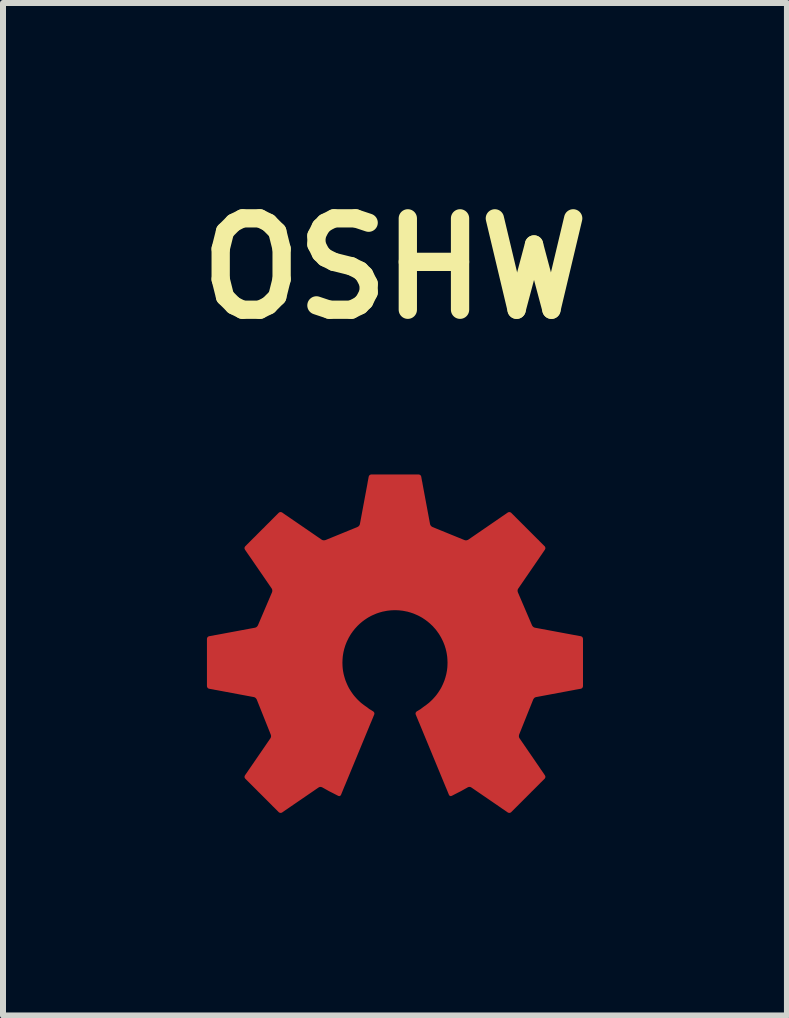
<source format=kicad_pcb>
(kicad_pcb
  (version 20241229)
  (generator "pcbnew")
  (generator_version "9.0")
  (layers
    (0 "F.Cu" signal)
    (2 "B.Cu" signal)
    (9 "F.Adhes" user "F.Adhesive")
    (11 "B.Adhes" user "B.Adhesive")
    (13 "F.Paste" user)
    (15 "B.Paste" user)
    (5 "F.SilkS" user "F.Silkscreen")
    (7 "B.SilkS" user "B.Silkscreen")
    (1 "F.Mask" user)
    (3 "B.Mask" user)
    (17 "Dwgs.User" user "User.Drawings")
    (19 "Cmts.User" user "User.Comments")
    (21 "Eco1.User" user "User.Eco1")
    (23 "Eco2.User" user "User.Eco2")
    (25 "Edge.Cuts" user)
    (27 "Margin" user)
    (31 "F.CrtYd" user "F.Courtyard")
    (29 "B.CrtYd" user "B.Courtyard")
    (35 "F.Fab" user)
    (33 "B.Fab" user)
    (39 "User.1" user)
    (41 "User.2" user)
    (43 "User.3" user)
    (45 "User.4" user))
  (footprint "OSHW"
    (layer "F.Cu")
    (at 3.533 7.739)
    (property "Reference" "OSHW" (at 0 -6.313 0) (layer "F.SilkS") (effects (font (size 1.524 1.524) (thickness 0.305))))
    (attr smd)
    (fp_poly (pts (xy 3.105 -0.179) (xy 3.031 -0.193) (xy 3.009 -0.197) (xy 2.984 -0.201) (xy 2.963 -0.205) (xy 2.335 -0.322) (xy 2.316 -0.33) (xy 2.3 -0.344) (xy 2.289 -0.361) (xy 2.053 -0.912) (xy 2.048 -0.932) (xy 2.049 -0.953) (xy 2.057 -0.971) (xy 2.424 -1.506) (xy 2.436 -1.524) (xy 2.451 -1.545) (xy 2.463 -1.563) (xy 2.505 -1.625) (xy 2.512 -1.643) (xy 2.51 -1.662) (xy 2.501 -1.679) (xy 2.491 -1.688) (xy 2.469 -1.71) (xy 2.448 -1.731) (xy 2.431 -1.748) (xy 2.415 -1.764) (xy 2.399 -1.781) (xy 2.379 -1.8) (xy 2.36 -1.819) (xy 2.341 -1.838) (xy 2.322 -1.857) (xy 2.303 -1.876) (xy 2.283 -1.896) (xy 2.264 -1.915) (xy 2.245 -1.934) (xy 2.229 -1.95) (xy 2.212 -1.967) (xy 2.196 -1.983) (xy 2.177 -2.002) (xy 2.158 -2.022) (xy 2.138 -2.041) (xy 2.119 -2.06) (xy 2.1 -2.079) (xy 2.081 -2.098) (xy 2.062 -2.117) (xy 2.042 -2.137) (xy 2.026 -2.153) (xy 2.01 -2.169) (xy 1.994 -2.186) (xy 1.972 -2.207) (xy 1.95 -2.229) (xy 1.94 -2.239) (xy 1.924 -2.248) (xy 1.905 -2.25) (xy 1.887 -2.244) (xy 1.825 -2.201) (xy 1.807 -2.189) (xy 1.786 -2.175) (xy 1.768 -2.162) (xy 1.222 -1.787) (xy 1.203 -1.78) (xy 1.182 -1.778) (xy 1.162 -1.783) (xy 0.628 -2.001) (xy 0.611 -2.012) (xy 0.597 -2.028) (xy 0.589 -2.046) (xy 0.467 -2.701) (xy 0.463 -2.723) (xy 0.459 -2.747) (xy 0.454 -2.769) (xy 0.441 -2.843) (xy 0.433 -2.86) (xy 0.418 -2.872) (xy 0.4 -2.877) (xy 0.375 -2.877) (xy 0.35 -2.877) (xy 0.325 -2.877) (xy 0.302 -2.877) (xy 0.278 -2.877) (xy 0.255 -2.877) (xy 0.228 -2.877) (xy 0.201 -2.877) (xy 0.174 -2.877) (xy 0.147 -2.877) (xy 0.119 -2.877) (xy 0.092 -2.877) (xy 0.065 -2.877) (xy 0.038 -2.877) (xy 0.015 -2.877) (xy -0.008 -2.877) (xy -0.031 -2.877) (xy -0.058 -2.877) (xy -0.086 -2.877) (xy -0.113 -2.877) (xy -0.14 -2.877) (xy -0.167 -2.877) (xy -0.194 -2.877) (xy -0.221 -2.877) (xy -0.249 -2.877) (xy -0.272 -2.877) (xy -0.295 -2.877) (xy -0.318 -2.877) (xy -0.343 -2.877) (xy -0.368 -2.877) (xy -0.393 -2.877) (xy -0.411 -2.872) (xy -0.426 -2.86) (xy -0.434 -2.843) (xy -0.448 -2.769) (xy -0.452 -2.747) (xy -0.456 -2.723) (xy -0.46 -2.701) (xy -0.582 -2.046) (xy -0.59 -2.028) (xy -0.604 -2.012) (xy -0.622 -2.001) (xy -1.155 -1.783) (xy -1.175 -1.779) (xy -1.197 -1.78) (xy -1.215 -1.787) (xy -1.761 -2.162) (xy -1.78 -2.175) (xy -1.8 -2.189) (xy -1.819 -2.201) (xy -1.88 -2.244) (xy -1.898 -2.25) (xy -1.917 -2.249) (xy -1.934 -2.239) (xy -1.944 -2.229) (xy -1.965 -2.208) (xy -1.987 -2.186) (xy -2.003 -2.17) (xy -2.02 -2.153) (xy -2.036 -2.137) (xy -2.055 -2.118) (xy -2.074 -2.098) (xy -2.093 -2.079) (xy -2.113 -2.06) (xy -2.132 -2.041) (xy -2.151 -2.022) (xy -2.17 -2.002) (xy -2.189 -1.983) (xy -2.206 -1.967) (xy -2.222 -1.951) (xy -2.239 -1.934) (xy -2.258 -1.915) (xy -2.277 -1.896) (xy -2.296 -1.877) (xy -2.315 -1.857) (xy -2.334 -1.838) (xy -2.354 -1.819) (xy -2.373 -1.8) (xy -2.392 -1.781) (xy -2.409 -1.764) (xy -2.425 -1.748) (xy -2.441 -1.731) (xy -2.463 -1.71) (xy -2.484 -1.688) (xy -2.494 -1.679) (xy -2.504 -1.662) (xy -2.506 -1.643) (xy -2.499 -1.625) (xy -2.457 -1.563) (xy -2.444 -1.545) (xy -2.43 -1.524) (xy -2.417 -1.506) (xy -2.05 -0.972) (xy -2.043 -0.953) (xy -2.042 -0.932) (xy -2.047 -0.912) (xy -2.282 -0.361) (xy -2.293 -0.344) (xy -2.309 -0.33) (xy -2.328 -0.322) (xy -2.956 -0.205) (xy -2.978 -0.201) (xy -3.002 -0.197) (xy -3.024 -0.192) (xy -3.098 -0.179) (xy -3.115 -0.171) (xy -3.127 -0.156) (xy -3.132 -0.138) (xy -3.132 -0.124) (xy -3.132 -0.093) (xy -3.132 -0.063) (xy -3.132 -0.039) (xy -3.132 -0.016) (xy -3.132 0.007) (xy -3.132 0.034) (xy -3.132 0.061) (xy -3.132 0.088) (xy -3.132 0.116) (xy -3.132 0.143) (xy -3.132 0.17) (xy -3.132 0.197) (xy -3.132 0.224) (xy -3.132 0.247) (xy -3.132 0.27) (xy -3.132 0.293) (xy -3.132 0.32) (xy -3.132 0.348) (xy -3.132 0.375) (xy -3.132 0.402) (xy -3.132 0.429) (xy -3.132 0.456) (xy -3.132 0.483) (xy -3.132 0.51) (xy -3.132 0.534) (xy -3.132 0.557) (xy -3.132 0.58) (xy -3.132 0.605) (xy -3.132 0.63) (xy -3.132 0.655) (xy -3.127 0.673) (xy -3.115 0.688) (xy -3.098 0.696) (xy -3.024 0.709) (xy -3.002 0.714) (xy -2.978 0.718) (xy -2.956 0.722) (xy -2.347 0.836) (xy -2.329 0.843) (xy -2.313 0.858) (xy -2.302 0.875) (xy -2.068 1.461) (xy -2.063 1.481) (xy -2.064 1.502) (xy -2.072 1.52) (xy -2.417 2.023) (xy -2.43 2.042) (xy -2.444 2.062) (xy -2.456 2.08) (xy -2.499 2.142) (xy -2.505 2.16) (xy -2.504 2.179) (xy -2.494 2.195) (xy -2.484 2.205) (xy -2.462 2.227) (xy -2.441 2.248) (xy -2.424 2.265) (xy -2.408 2.281) (xy -2.392 2.297) (xy -2.372 2.317) (xy -2.353 2.336) (xy -2.334 2.355) (xy -2.315 2.374) (xy -2.296 2.393) (xy -2.277 2.413) (xy -2.257 2.432) (xy -2.238 2.451) (xy -2.222 2.467) (xy -2.205 2.484) (xy -2.189 2.5) (xy -2.17 2.519) (xy -2.151 2.538) (xy -2.131 2.558) (xy -2.112 2.577) (xy -2.093 2.596) (xy -2.074 2.615) (xy -2.055 2.634) (xy -2.036 2.654) (xy -2.019 2.67) (xy -2.003 2.686) (xy -1.987 2.702) (xy -1.965 2.724) (xy -1.943 2.746) (xy -1.934 2.756) (xy -1.917 2.765) (xy -1.898 2.767) (xy -1.88 2.761) (xy -1.818 2.718) (xy -1.8 2.706) (xy -1.78 2.692) (xy -1.761 2.679) (xy -1.269 2.342) (xy -1.251 2.334) (xy -1.23 2.334) (xy -1.211 2.34) (xy -1.109 2.397) (xy -1.089 2.408) (xy -1.067 2.419) (xy -1.047 2.429) (xy -0.942 2.483) (xy -0.924 2.487) (xy -0.908 2.481) (xy -0.897 2.467) (xy -0.852 2.357) (xy -0.844 2.337) (xy -0.834 2.314) (xy -0.825 2.293) (xy -0.399 1.262) (xy -0.39 1.242) (xy -0.381 1.219) (xy -0.372 1.198) (xy -0.342 1.125) (xy -0.339 1.107) (xy -0.345 1.089) (xy -0.358 1.075) (xy -0.426 1.034) (xy -0.446 1.018) (xy -0.468 1.001) (xy -0.49 0.986) (xy -0.511 0.971) (xy -0.532 0.955) (xy -0.553 0.939) (xy -0.573 0.922) (xy -0.592 0.904) (xy -0.611 0.886) (xy -0.629 0.868) (xy -0.647 0.848) (xy -0.664 0.829) (xy -0.681 0.809) (xy -0.697 0.788) (xy -0.712 0.767) (xy -0.727 0.745) (xy -0.741 0.723) (xy -0.755 0.701) (xy -0.768 0.678) (xy -0.78 0.654) (xy -0.791 0.631) (xy -0.802 0.606) (xy -0.812 0.582) (xy -0.822 0.557) (xy -0.83 0.532) (xy -0.838 0.506) (xy -0.845 0.48) (xy -0.852 0.454) (xy -0.857 0.428) (xy -0.862 0.401) (xy -0.866 0.374) (xy -0.869 0.347) (xy -0.871 0.319) (xy -0.872 0.291) (xy -0.873 0.263) (xy -0.872 0.236) (xy -0.871 0.21) (xy -0.869 0.183) (xy -0.867 0.157) (xy -0.863 0.131) (xy -0.859 0.106) (xy -0.854 0.08) (xy -0.848 0.055) (xy -0.842 0.03) (xy -0.834 0.005) (xy -0.827 -0.019) (xy -0.818 -0.043) (xy -0.809 -0.066) (xy -0.799 -0.09) (xy -0.788 -0.113) (xy -0.777 -0.135) (xy -0.766 -0.157) (xy -0.753 -0.179) (xy -0.74 -0.201) (xy -0.727 -0.222) (xy -0.712 -0.242) (xy -0.698 -0.263) (xy -0.682 -0.282) (xy -0.667 -0.302) (xy -0.65 -0.32) (xy -0.633 -0.339) (xy -0.616 -0.357) (xy -0.598 -0.374) (xy -0.58 -0.391) (xy -0.561 -0.407) (xy -0.542 -0.423) (xy -0.522 -0.438) (xy -0.502 -0.453) (xy -0.481 -0.467) (xy -0.46 -0.481) (xy -0.439 -0.494) (xy -0.417 -0.506) (xy -0.395 -0.518) (xy -0.372 -0.529) (xy -0.349 -0.539) (xy -0.326 -0.549) (xy -0.302 -0.559) (xy -0.278 -0.567) (xy -0.254 -0.575) (xy -0.229 -0.582) (xy -0.205 -0.589) (xy -0.179 -0.594) (xy -0.154 -0.599) (xy -0.128 -0.604) (xy -0.102 -0.607) (xy -0.076 -0.61) (xy -0.05 -0.612) (xy -0.023 -0.613) (xy 0.004 -0.613) (xy 0.03 -0.613) (xy 0.057 -0.612) (xy 0.083 -0.61) (xy 0.109 -0.607) (xy 0.135 -0.604) (xy 0.161 -0.599) (xy 0.186 -0.594) (xy 0.212 -0.589) (xy 0.236 -0.582) (xy 0.261 -0.575) (xy 0.285 -0.567) (xy 0.309 -0.559) (xy 0.333 -0.549) (xy 0.356 -0.539) (xy 0.379 -0.529) (xy 0.402 -0.518) (xy 0.424 -0.506) (xy 0.446 -0.494) (xy 0.467 -0.481) (xy 0.488 -0.467) (xy 0.509 -0.453) (xy 0.529 -0.438) (xy 0.549 -0.423) (xy 0.568 -0.407) (xy 0.587 -0.391) (xy 0.605 -0.374) (xy 0.623 -0.357) (xy 0.641 -0.339) (xy 0.657 -0.32) (xy 0.674 -0.302) (xy 0.69 -0.282) (xy 0.705 -0.263) (xy 0.719 -0.242) (xy 0.734 -0.222) (xy 0.747 -0.201) (xy 0.76 -0.179) (xy 0.773 -0.157) (xy 0.784 -0.135) (xy 0.795 -0.113) (xy 0.806 -0.09) (xy 0.816 -0.066) (xy 0.825 -0.043) (xy 0.834 -0.019) (xy 0.841 0.005) (xy 0.849 0.03) (xy 0.855 0.055) (xy 0.861 0.08) (xy 0.866 0.106) (xy 0.87 0.131) (xy 0.874 0.157) (xy 0.876 0.183) (xy 0.878 0.21) (xy 0.879 0.236) (xy 0.88 0.263) (xy 0.879 0.291) (xy 0.878 0.319) (xy 0.876 0.347) (xy 0.873 0.374) (xy 0.869 0.401) (xy 0.864 0.428) (xy 0.859 0.454) (xy 0.852 0.48) (xy 0.845 0.506) (xy 0.837 0.532) (xy 0.829 0.557) (xy 0.819 0.582) (xy 0.809 0.606) (xy 0.798 0.631) (xy 0.787 0.654) (xy 0.775 0.678) (xy 0.762 0.701) (xy 0.748 0.723) (xy 0.734 0.745) (xy 0.719 0.767) (xy 0.704 0.788) (xy 0.688 0.809) (xy 0.671 0.829) (xy 0.654 0.848) (xy 0.636 0.868) (xy 0.618 0.886) (xy 0.599 0.904) (xy 0.58 0.922) (xy 0.56 0.939) (xy 0.539 0.955) (xy 0.519 0.971) (xy 0.497 0.986) (xy 0.476 1.001) (xy 0.453 1.018) (xy 0.433 1.034) (xy 0.365 1.075) (xy 0.352 1.089) (xy 0.346 1.107) (xy 0.349 1.125) (xy 0.379 1.198) (xy 0.388 1.219) (xy 0.397 1.242) (xy 0.406 1.262) (xy 0.832 2.293) (xy 0.841 2.314) (xy 0.85 2.337) (xy 0.859 2.357) (xy 0.904 2.467) (xy 0.915 2.481) (xy 0.931 2.487) (xy 0.949 2.483) (xy 1.054 2.429) (xy 1.074 2.419) (xy 1.096 2.408) (xy 1.116 2.397) (xy 1.218 2.34) (xy 1.237 2.333) (xy 1.258 2.334) (xy 1.276 2.342) (xy 1.768 2.679) (xy 1.786 2.692) (xy 1.807 2.706) (xy 1.825 2.718) (xy 1.887 2.761) (xy 1.905 2.767) (xy 1.924 2.765) (xy 1.94 2.756) (xy 1.956 2.74) (xy 1.975 2.721) (xy 1.994 2.702) (xy 2.01 2.686) (xy 2.026 2.67) (xy 2.042 2.654) (xy 2.062 2.634) (xy 2.081 2.615) (xy 2.1 2.596) (xy 2.119 2.577) (xy 2.138 2.558) (xy 2.158 2.538) (xy 2.177 2.519) (xy 2.196 2.5) (xy 2.212 2.484) (xy 2.229 2.467) (xy 2.245 2.451) (xy 2.264 2.432) (xy 2.283 2.412) (xy 2.303 2.393) (xy 2.322 2.374) (xy 2.341 2.355) (xy 2.36 2.336) (xy 2.379 2.317) (xy 2.399 2.297) (xy 2.415 2.281) (xy 2.431 2.264) (xy 2.448 2.248) (xy 2.469 2.227) (xy 2.491 2.205) (xy 2.501 2.195) (xy 2.51 2.179) (xy 2.512 2.16) (xy 2.505 2.142) (xy 2.463 2.08) (xy 2.451 2.062) (xy 2.436 2.042) (xy 2.424 2.023) (xy 2.079 1.52) (xy 2.071 1.502) (xy 2.07 1.481) (xy 2.074 1.461) (xy 2.309 0.875) (xy 2.32 0.858) (xy 2.335 0.843) (xy 2.354 0.836) (xy 2.963 0.722) (xy 2.985 0.718) (xy 3.009 0.713) (xy 3.031 0.709) (xy 3.105 0.696) (xy 3.122 0.688) (xy 3.134 0.673) (xy 3.139 0.655) (xy 3.139 0.63) (xy 3.139 0.605) (xy 3.139 0.58) (xy 3.139 0.557) (xy 3.139 0.534) (xy 3.139 0.51) (xy 3.139 0.483) (xy 3.139 0.456) (xy 3.139 0.429) (xy 3.139 0.402) (xy 3.139 0.375) (xy 3.139 0.348) (xy 3.139 0.32) (xy 3.139 0.293) (xy 3.139 0.27) (xy 3.139 0.247) (xy 3.139 0.224) (xy 3.139 0.197) (xy 3.139 0.17) (xy 3.139 0.143) (xy 3.139 0.116) (xy 3.139 0.088) (xy 3.139 0.061) (xy 3.139 0.034) (xy 3.139 0.007) (xy 3.139 -0.016) (xy 3.139 -0.039) (xy 3.139 -0.063) (xy 3.139 -0.093) (xy 3.139 -0.124) (xy 3.139 -0.138) (xy 3.134 -0.156) (xy 3.122 -0.171) (xy 3.105 -0.179)) (stroke (width 0) (type solid)) (fill yes) (layer "F.Cu"))
    (fp_poly (pts (xy -0.046 -3.25) (xy 0.011 -0.249) (xy 0.037 -0.248) (xy 0.064 -0.246) (xy 0.089 -0.243) (xy 0.115 -0.238) (xy 0.14 -0.233) (xy 0.164 -0.226) (xy 0.188 -0.218) (xy 0.212 -0.209) (xy 0.235 -0.199) (xy 0.257 -0.188) (xy 0.279 -0.176) (xy 0.3 -0.163) (xy 0.32 -0.149) (xy 0.34 -0.134) (xy 0.359 -0.119) (xy 0.377 -0.102) (xy 0.395 -0.084) (xy 0.411 -0.066) (xy 0.427 -0.047) (xy 0.442 -0.027) (xy 0.456 -0.007) (xy 0.469 0.014) (xy 0.481 0.036) (xy 0.492 0.058) (xy 0.502 0.081) (xy 0.511 0.105) (xy 0.519 0.129) (xy 0.526 0.153) (xy 0.531 0.178) (xy 0.536 0.203) (xy 0.539 0.229) (xy 0.541 0.255) (xy 0.541 0.282) (xy 0.541 0.308) (xy 0.539 0.334) (xy 0.536 0.36) (xy 0.531 0.386) (xy 0.526 0.41) (xy 0.519 0.435) (xy 0.511 0.459) (xy 0.502 0.482) (xy 0.492 0.505) (xy 0.481 0.528) (xy 0.469 0.549) (xy 0.456 0.571) (xy 0.442 0.591) (xy 0.427 0.611) (xy 0.411 0.63) (xy 0.395 0.648) (xy 0.377 0.665) (xy 0.359 0.682) (xy 0.34 0.698) (xy 0.32 0.713) (xy 0.3 0.727) (xy 0.279 0.74) (xy 0.257 0.752) (xy 0.235 0.763) (xy 0.212 0.773) (xy 0.188 0.782) (xy 0.164 0.79) (xy 0.14 0.797) (xy 0.115 0.802) (xy 0.089 0.806) (xy 0.064 0.81) (xy 0.037 0.812) (xy 0.011 0.812) (xy -0.016 0.812) (xy -0.042 0.81) (xy -0.068 0.806) (xy -0.093 0.802) (xy -0.118 0.797) (xy -0.142 0.79) (xy -0.166 0.782) (xy -0.19 0.773) (xy -0.213 0.763) (xy -0.235 0.752) (xy -0.257 0.74) (xy -0.278 0.727) (xy -0.298 0.713) (xy -0.318 0.698) (xy -0.337 0.682) (xy -0.355 0.665) (xy -0.373 0.648) (xy -0.389 0.63) (xy -0.405 0.611) (xy -0.42 0.591) (xy -0.434 0.571) (xy -0.447 0.549) (xy -0.459 0.528) (xy -0.47 0.505) (xy -0.48 0.482) (xy -0.489 0.459) (xy -0.497 0.435) (xy -0.504 0.41) (xy -0.509 0.386) (xy -0.514 0.36) (xy -0.517 0.334) (xy -0.519 0.308) (xy -0.519 0.282) (xy -0.519 0.255) (xy -0.517 0.229) (xy -0.514 0.203) (xy -0.509 0.178) (xy -0.504 0.153) (xy -0.497 0.129) (xy -0.489 0.105) (xy -0.48 0.081) (xy -0.47 0.058) (xy -0.459 0.036) (xy -0.447 0.014) (xy -0.434 -0.007) (xy -0.42 -0.027) (xy -0.405 -0.047) (xy -0.389 -0.066) (xy -0.373 -0.084) (xy -0.355 -0.102) (xy -0.337 -0.119) (xy -0.318 -0.134) (xy -0.298 -0.149) (xy -0.278 -0.163) (xy -0.257 -0.176) (xy -0.235 -0.188) (xy -0.213 -0.199) (xy -0.19 -0.209) (xy -0.166 -0.218) (xy -0.142 -0.226) (xy -0.118 -0.233) (xy -0.093 -0.238) (xy -0.068 -0.243) (xy -0.042 -0.246) (xy -0.016 -0.248) (xy 0.011 -0.249) (xy -0.046 -3.25) (xy -0.07 -3.248) (xy -0.094 -3.244) (xy -0.119 -3.24) (xy -0.144 -3.236) (xy -0.169 -3.231) (xy -0.195 -3.226) (xy -0.222 -3.221) (xy -0.249 -3.217) (xy -0.287 -3.211) (xy -0.324 -3.204) (xy -0.359 -3.198) (xy -0.393 -3.191) (xy -0.425 -3.184) (xy -0.455 -3.176) (xy -0.484 -3.168) (xy -0.512 -3.159) (xy -0.538 -3.15) (xy -0.562 -3.14) (xy -0.586 -3.13) (xy -0.607 -3.119) (xy -0.628 -3.108) (xy -0.647 -3.095) (xy -0.665 -3.083) (xy -0.682 -3.069) (xy -0.698 -3.055) (xy -0.712 -3.04) (xy -0.726 -3.024) (xy -0.738 -3.008) (xy -0.749 -2.99) (xy -0.76 -2.972) (xy -0.769 -2.953) (xy -0.777 -2.933) (xy -0.785 -2.912) (xy -0.792 -2.89) (xy -0.797 -2.867) (xy -0.802 -2.843) (xy -0.807 -2.818) (xy -0.81 -2.792) (xy -0.813 -2.765) (xy -0.815 -2.739) (xy -0.817 -2.712) (xy -0.818 -2.684) (xy -0.819 -2.657) (xy -0.82 -2.629) (xy -0.821 -2.601) (xy -0.822 -2.573) (xy -0.824 -2.545) (xy -0.826 -2.518) (xy -0.829 -2.49) (xy -0.832 -2.463) (xy -0.836 -2.436) (xy -0.841 -2.409) (xy -0.848 -2.384) (xy -0.855 -2.359) (xy -0.864 -2.334) (xy -0.874 -2.311) (xy -0.886 -2.288) (xy -0.899 -2.266) (xy -0.915 -2.246) (xy -0.931 -2.227) (xy -0.951 -2.209) (xy -0.972 -2.193) (xy -0.995 -2.178) (xy -1.019 -2.164) (xy -1.044 -2.154) (xy -1.069 -2.146) (xy -1.094 -2.142) (xy -1.118 -2.142) (xy -1.141 -2.147) (xy -1.163 -2.156) (xy -1.185 -2.169) (xy -1.208 -2.184) (xy -1.23 -2.198) (xy -1.252 -2.214) (xy -1.273 -2.229) (xy -1.295 -2.246) (xy -1.317 -2.262) (xy -1.338 -2.279) (xy -1.36 -2.296) (xy -1.381 -2.313) (xy -1.403 -2.33) (xy -1.424 -2.347) (xy -1.446 -2.364) (xy -1.467 -2.381) (xy -1.489 -2.397) (xy -1.511 -2.413) (xy -1.533 -2.429) (xy -1.555 -2.445) (xy -1.578 -2.46) (xy -1.601 -2.474) (xy -1.624 -2.488) (xy -1.647 -2.501) (xy -1.671 -2.513) (xy -1.694 -2.524) (xy -1.719 -2.535) (xy -1.743 -2.544) (xy -1.769 -2.552) (xy -1.794 -2.559) (xy -1.82 -2.565) (xy -1.847 -2.57) (xy -1.874 -2.573) (xy -1.903 -2.575) (xy -1.931 -2.576) (xy -1.958 -2.575) (xy -1.984 -2.572) (xy -2.009 -2.567) (xy -2.033 -2.562) (xy -2.056 -2.555) (xy -2.078 -2.546) (xy -2.1 -2.537) (xy -2.121 -2.526) (xy -2.141 -2.514) (xy -2.161 -2.502) (xy -2.18 -2.488) (xy -2.198 -2.473) (xy -2.217 -2.458) (xy -2.235 -2.442) (xy -2.252 -2.426) (xy -2.269 -2.408) (xy -2.287 -2.391) (xy -2.304 -2.373) (xy -2.321 -2.354) (xy -2.338 -2.335) (xy -2.355 -2.316) (xy -2.372 -2.297) (xy -2.389 -2.278) (xy -2.406 -2.258) (xy -2.424 -2.239) (xy -2.442 -2.22) (xy -2.46 -2.201) (xy -2.476 -2.185) (xy -2.493 -2.169) (xy -2.51 -2.152) (xy -2.528 -2.135) (xy -2.547 -2.117) (xy -2.566 -2.099) (xy -2.585 -2.08) (xy -2.605 -2.061) (xy -2.624 -2.041) (xy -2.643 -2.021) (xy -2.663 -2.001) (xy -2.682 -1.98) (xy -2.7 -1.959) (xy -2.718 -1.937) (xy -2.735 -1.915) (xy -2.752 -1.893) (xy -2.767 -1.871) (xy -2.782 -1.848) (xy -2.795 -1.825) (xy -2.807 -1.801) (xy -2.818 -1.778) (xy -2.827 -1.754) (xy -2.834 -1.73) (xy -2.84 -1.706) (xy -2.844 -1.682) (xy -2.847 -1.654) (xy -2.848 -1.627) (xy -2.847 -1.6) (xy -2.845 -1.574) (xy -2.842 -1.548) (xy -2.837 -1.523) (xy -2.831 -1.498) (xy -2.824 -1.474) (xy -2.816 -1.45) (xy -2.807 -1.427) (xy -2.797 -1.404) (xy -2.786 -1.381) (xy -2.774 -1.358) (xy -2.762 -1.336) (xy -2.749 -1.314) (xy -2.735 -1.292) (xy -2.721 -1.271) (xy -2.706 -1.25) (xy -2.691 -1.229) (xy -2.676 -1.208) (xy -2.66 -1.187) (xy -2.644 -1.166) (xy -2.628 -1.146) (xy -2.612 -1.125) (xy -2.596 -1.105) (xy -2.581 -1.084) (xy -2.565 -1.064) (xy -2.55 -1.044) (xy -2.535 -1.023) (xy -2.52 -1.003) (xy -2.506 -0.982) (xy -2.491 -0.96) (xy -2.477 -0.939) (xy -2.465 -0.918) (xy -2.457 -0.898) (xy -2.452 -0.876) (xy -2.453 -0.854) (xy -2.459 -0.829) (xy -2.472 -0.802) (xy -2.483 -0.781) (xy -2.493 -0.76) (xy -2.502 -0.739) (xy -2.512 -0.719) (xy -2.521 -0.699) (xy -2.532 -0.68) (xy -2.544 -0.662) (xy -2.557 -0.645) (xy -2.572 -0.631) (xy -2.59 -0.619) (xy -2.611 -0.609) (xy -2.636 -0.602) (xy -2.664 -0.599) (xy -2.688 -0.597) (xy -2.713 -0.595) (xy -2.739 -0.594) (xy -2.765 -0.592) (xy -2.791 -0.59) (xy -2.817 -0.588) (xy -2.844 -0.585) (xy -2.87 -0.583) (xy -2.897 -0.58) (xy -2.924 -0.576) (xy -2.95 -0.572) (xy -2.977 -0.568) (xy -3.004 -0.563) (xy -3.03 -0.558) (xy -3.056 -0.552) (xy -3.082 -0.546) (xy -3.108 -0.539) (xy -3.133 -0.531) (xy -3.158 -0.523) (xy -3.182 -0.514) (xy -3.206 -0.504) (xy -3.229 -0.493) (xy -3.251 -0.481) (xy -3.273 -0.468) (xy -3.294 -0.455) (xy -3.315 -0.44) (xy -3.334 -0.424) (xy -3.353 -0.407) (xy -3.371 -0.389) (xy -3.387 -0.37) (xy -3.403 -0.35) (xy -3.418 -0.328) (xy -3.431 -0.305) (xy -3.444 -0.281) (xy -3.456 -0.256) (xy -3.466 -0.232) (xy -3.476 -0.208) (xy -3.485 -0.183) (xy -3.493 -0.159) (xy -3.5 -0.135) (xy -3.507 -0.11) (xy -3.512 -0.086) (xy -3.517 -0.062) (xy -3.521 -0.037) (xy -3.524 -0.012) (xy -3.527 0.012) (xy -3.529 0.037) (xy -3.531 0.062) (xy -3.532 0.088) (xy -3.533 0.113) (xy -3.533 0.139) (xy -3.533 0.165) (xy -3.532 0.191) (xy -3.531 0.217) (xy -3.53 0.244) (xy -3.528 0.271) (xy -3.526 0.298) (xy -3.524 0.325) (xy -3.522 0.353) (xy -3.52 0.381) (xy -3.517 0.41) (xy -3.515 0.439) (xy -3.512 0.468) (xy -3.51 0.498) (xy -3.507 0.529) (xy -3.505 0.559) (xy -3.503 0.591) (xy -3.501 0.622) (xy -3.499 0.654) (xy -3.496 0.681) (xy -3.493 0.706) (xy -3.487 0.731) (xy -3.481 0.755) (xy -3.473 0.779) (xy -3.464 0.802) (xy -3.453 0.824) (xy -3.442 0.846) (xy -3.429 0.866) (xy -3.415 0.887) (xy -3.4 0.906) (xy -3.384 0.925) (xy -3.367 0.942) (xy -3.349 0.96) (xy -3.331 0.976) (xy -3.311 0.992) (xy -3.291 1.006) (xy -3.27 1.02) (xy -3.249 1.034) (xy -3.227 1.046) (xy -3.204 1.058) (xy -3.181 1.068) (xy -3.157 1.078) (xy -3.133 1.087) (xy -3.109 1.096) (xy -3.085 1.103) (xy -3.06 1.109) (xy -3.035 1.115) (xy -3.01 1.12) (xy -2.985 1.123) (xy -2.96 1.126) (xy -2.935 1.128) (xy -2.91 1.129) (xy -2.884 1.129) (xy -2.858 1.129) (xy -2.831 1.128) (xy -2.804 1.128) (xy -2.777 1.128) (xy -2.75 1.128) (xy -2.723 1.13) (xy -2.698 1.133) (xy -2.673 1.138) (xy -2.65 1.144) (xy -2.628 1.153) (xy -2.607 1.164) (xy -2.589 1.179) (xy -2.573 1.196) (xy -2.56 1.213) (xy -2.547 1.231) (xy -2.534 1.25) (xy -2.522 1.27) (xy -2.51 1.29) (xy -2.499 1.311) (xy -2.489 1.332) (xy -2.481 1.354) (xy -2.474 1.376) (xy -2.469 1.398) (xy -2.467 1.421) (xy -2.466 1.444) (xy -2.469 1.467) (xy -2.474 1.489) (xy -2.482 1.512) (xy -2.494 1.535) (xy -2.509 1.557) (xy -2.528 1.58) (xy -2.545 1.597) (xy -2.562 1.615) (xy -2.579 1.634) (xy -2.596 1.653) (xy -2.613 1.672) (xy -2.63 1.692) (xy -2.647 1.712) (xy -2.663 1.732) (xy -2.68 1.753) (xy -2.696 1.775) (xy -2.711 1.796) (xy -2.727 1.818) (xy -2.742 1.841) (xy -2.756 1.863) (xy -2.769 1.886) (xy -2.782 1.909) (xy -2.794 1.932) (xy -2.806 1.956) (xy -2.816 1.979) (xy -2.825 2.003) (xy -2.834 2.027) (xy -2.841 2.052) (xy -2.847 2.076) (xy -2.852 2.101) (xy -2.856 2.125) (xy -2.859 2.15) (xy -2.86 2.175) (xy -2.859 2.2) (xy -2.857 2.225) (xy -2.854 2.249) (xy -2.848 2.274) (xy -2.842 2.299) (xy -2.833 2.324) (xy -2.823 2.35) (xy -2.811 2.375) (xy -2.8 2.4) (xy -2.787 2.424) (xy -2.774 2.448) (xy -2.76 2.471) (xy -2.745 2.494) (xy -2.73 2.516) (xy -2.715 2.538) (xy -2.698 2.559) (xy -2.682 2.581) (xy -2.664 2.602) (xy -2.647 2.622) (xy -2.629 2.642) (xy -2.61 2.662) (xy -2.592 2.682) (xy -2.572 2.702) (xy -2.553 2.721) (xy -2.533 2.74) (xy -2.514 2.759) (xy -2.493 2.778) (xy -2.473 2.796) (xy -2.453 2.814) (xy -2.432 2.833) (xy -2.411 2.851) (xy -2.391 2.869) (xy -2.37 2.887) (xy -2.349 2.905) (xy -2.328 2.923) (xy -2.308 2.941) (xy -2.287 2.959) (xy -2.267 2.977) (xy -2.246 2.996) (xy -2.226 3.014) (xy -2.206 3.032) (xy -2.186 3.051) (xy -2.167 3.069) (xy -2.15 3.084) (xy -2.133 3.097) (xy -2.114 3.107) (xy -2.096 3.116) (xy -2.076 3.123) (xy -2.056 3.129) (xy -2.036 3.132) (xy -2.015 3.134) (xy -1.994 3.135) (xy -1.972 3.134) (xy -1.95 3.132) (xy -1.927 3.128) (xy -1.904 3.124) (xy -1.881 3.118) (xy -1.858 3.111) (xy -1.834 3.103) (xy -1.81 3.094) (xy -1.786 3.085) (xy -1.762 3.075) (xy -1.738 3.064) (xy -1.713 3.052) (xy -1.689 3.04) (xy -1.665 3.028) (xy -1.64 3.015) (xy -1.616 3.002) (xy -1.592 2.989) (xy -1.568 2.976) (xy -1.544 2.962) (xy -1.521 2.949) (xy -1.497 2.936) (xy -1.474 2.923) (xy -1.451 2.911) (xy -1.429 2.898) (xy -1.407 2.887) (xy -1.385 2.875) (xy -1.364 2.865) (xy -1.343 2.855) (xy -1.327 2.848) (xy -1.311 2.842) (xy -1.295 2.837) (xy -1.279 2.833) (xy -1.262 2.83) (xy -1.243 2.828) (xy -1.224 2.827) (xy -1.202 2.826) (xy -1.178 2.826) (xy -1.151 2.827) (xy -1.121 2.827) (xy -1.088 2.828) (xy -1.051 2.829) (xy -1.01 2.83) (xy -0.965 2.831) (xy -0.915 2.832) (xy -0.886 2.833) (xy -0.859 2.833) (xy -0.833 2.833) (xy -0.808 2.833) (xy -0.783 2.832) (xy -0.758 2.832) (xy -0.733 2.832) (xy -0.708 2.832) (xy -0.682 2.832) (xy -0.655 2.832) (xy -0.35 2.11) (xy 0.011 1.252) (xy 0.372 2.11) (xy 0.677 2.844) (xy 0.702 2.844) (xy 0.727 2.844) (xy 0.753 2.844) (xy 0.778 2.844) (xy 0.793 2.844) (xy 0.811 2.844) (xy 0.831 2.844) (xy 0.854 2.844) (xy 0.878 2.844) (xy 0.905 2.844) (xy 0.932 2.844) (xy 0.962 2.844) (xy 0.992 2.844) (xy 1.023 2.845) (xy 1.054 2.846) (xy 1.086 2.846) (xy 1.119 2.848) (xy 1.151 2.849) (xy 1.183 2.851) (xy 1.214 2.853) (xy 1.244 2.855) (xy 1.274 2.858) (xy 1.302 2.861) (xy 1.329 2.864) (xy 1.354 2.868) (xy 1.378 2.872) (xy 1.399 2.877) (xy 1.424 2.884) (xy 1.447 2.893) (xy 1.47 2.902) (xy 1.492 2.912) (xy 1.513 2.923) (xy 1.533 2.934) (xy 1.552 2.946) (xy 1.57 2.959) (xy 1.589 2.972) (xy 1.606 2.985) (xy 1.623 2.998) (xy 1.64 3.012) (xy 1.657 3.025) (xy 1.673 3.038) (xy 1.69 3.051) (xy 1.706 3.063) (xy 1.723 3.075) (xy 1.74 3.086) (xy 1.757 3.097) (xy 1.774 3.107) (xy 1.792 3.116) (xy 1.811 3.124) (xy 1.83 3.131) (xy 1.849 3.137) (xy 1.87 3.141) (xy 1.891 3.144) (xy 1.914 3.145) (xy 1.937 3.145) (xy 1.961 3.143) (xy 1.987 3.139) (xy 2.014 3.133) (xy 2.042 3.126) (xy 2.069 3.117) (xy 2.094 3.108) (xy 2.119 3.098) (xy 2.143 3.087) (xy 2.166 3.076) (xy 2.189 3.064) (xy 2.21 3.051) (xy 2.232 3.037) (xy 2.253 3.023) (xy 2.273 3.009) (xy 2.293 2.994) (xy 2.312 2.978) (xy 2.331 2.962) (xy 2.35 2.945) (xy 2.369 2.928) (xy 2.387 2.911) (xy 2.405 2.893) (xy 2.423 2.874) (xy 2.441 2.855) (xy 2.459 2.836) (xy 2.477 2.816) (xy 2.495 2.796) (xy 2.513 2.776) (xy 2.531 2.756) (xy 2.55 2.735) (xy 2.568 2.714) (xy 2.587 2.693) (xy 2.606 2.671) (xy 2.626 2.649) (xy 2.646 2.627) (xy 2.666 2.605) (xy 2.687 2.583) (xy 2.709 2.561) (xy 2.731 2.539) (xy 2.748 2.52) (xy 2.765 2.5) (xy 2.78 2.48) (xy 2.794 2.458) (xy 2.807 2.436) (xy 2.819 2.414) (xy 2.829 2.391) (xy 2.838 2.368) (xy 2.846 2.344) (xy 2.852 2.32) (xy 2.858 2.295) (xy 2.862 2.27) (xy 2.865 2.245) (xy 2.866 2.22) (xy 2.867 2.195) (xy 2.866 2.17) (xy 2.865 2.144) (xy 2.862 2.119) (xy 2.858 2.094) (xy 2.853 2.069) (xy 2.846 2.044) (xy 2.839 2.019) (xy 2.831 1.995) (xy 2.821 1.971) (xy 2.811 1.948) (xy 2.799 1.925) (xy 2.786 1.903) (xy 2.773 1.881) (xy 2.758 1.86) (xy 2.742 1.839) (xy 2.725 1.82) (xy 2.708 1.8) (xy 2.69 1.781) (xy 2.671 1.762) (xy 2.652 1.743) (xy 2.633 1.724) (xy 2.614 1.705) (xy 2.596 1.686) (xy 2.578 1.666) (xy 2.561 1.646) (xy 2.545 1.626) (xy 2.53 1.605) (xy 2.517 1.584) (xy 2.506 1.562) (xy 2.496 1.539) (xy 2.489 1.516) (xy 2.484 1.492) (xy 2.482 1.467) (xy 2.482 1.445) (xy 2.484 1.422) (xy 2.487 1.4) (xy 2.491 1.377) (xy 2.497 1.354) (xy 2.504 1.332) (xy 2.513 1.31) (xy 2.523 1.289) (xy 2.535 1.269) (xy 2.549 1.25) (xy 2.564 1.233) (xy 2.581 1.216) (xy 2.599 1.202) (xy 2.62 1.189) (xy 2.642 1.179) (xy 2.666 1.171) (xy 2.692 1.165) (xy 2.719 1.162) (xy 2.744 1.16) (xy 2.768 1.159) (xy 2.793 1.157) (xy 2.819 1.155) (xy 2.844 1.153) (xy 2.87 1.151) (xy 2.896 1.148) (xy 2.922 1.145) (xy 2.948 1.141) (xy 2.975 1.137) (xy 3.001 1.133) (xy 3.027 1.128) (xy 3.053 1.123) (xy 3.079 1.117) (xy 3.104 1.11) (xy 3.13 1.103) (xy 3.155 1.095) (xy 3.179 1.087) (xy 3.203 1.077) (xy 3.227 1.067) (xy 3.25 1.056) (xy 3.272 1.044) (xy 3.294 1.032) (xy 3.315 1.018) (xy 3.335 1.004) (xy 3.355 0.988) (xy 3.373 0.972) (xy 3.391 0.954) (xy 3.408 0.935) (xy 3.424 0.915) (xy 3.438 0.894) (xy 3.452 0.872) (xy 3.464 0.849) (xy 3.475 0.824) (xy 3.485 0.798) (xy 3.494 0.773) (xy 3.502 0.748) (xy 3.509 0.722) (xy 3.516 0.697) (xy 3.521 0.672) (xy 3.526 0.646) (xy 3.529 0.621) (xy 3.533 0.596) (xy 3.535 0.57) (xy 3.537 0.545) (xy 3.538 0.519) (xy 3.539 0.493) (xy 3.54 0.468) (xy 3.54 0.442) (xy 3.539 0.416) (xy 3.539 0.39) (xy 3.538 0.363) (xy 3.536 0.337) (xy 3.535 0.31) (xy 3.533 0.283) (xy 3.532 0.256) (xy 3.53 0.229) (xy 3.528 0.202) (xy 3.527 0.174) (xy 3.525 0.146) (xy 3.524 0.118) (xy 3.523 0.09) (xy 3.522 0.061) (xy 3.521 0.032) (xy 3.52 0.003) (xy 3.52 -0.027) (xy 3.521 -0.057) (xy 3.52 -0.083) (xy 3.519 -0.109) (xy 3.515 -0.135) (xy 3.51 -0.16) (xy 3.504 -0.184) (xy 3.496 -0.208) (xy 3.487 -0.231) (xy 3.476 -0.254) (xy 3.464 -0.276) (xy 3.451 -0.298) (xy 3.437 -0.318) (xy 3.422 -0.339) (xy 3.406 -0.358) (xy 3.389 -0.377) (xy 3.371 -0.394) (xy 3.352 -0.411) (xy 3.332 -0.428) (xy 3.312 -0.443) (xy 3.29 -0.457) (xy 3.268 -0.471) (xy 3.246 -0.484) (xy 3.223 -0.496) (xy 3.199 -0.506) (xy 3.175 -0.516) (xy 3.151 -0.525) (xy 3.126 -0.533) (xy 3.101 -0.54) (xy 3.075 -0.545) (xy 3.05 -0.55) (xy 3.024 -0.553) (xy 2.999 -0.555) (xy 2.973 -0.557) (xy 2.946 -0.557) (xy 2.919 -0.557) (xy 2.892 -0.557) (xy 2.864 -0.557) (xy 2.837 -0.557) (xy 2.809 -0.558) (xy 2.782 -0.559) (xy 2.755 -0.56) (xy 2.729 -0.563) (xy 2.703 -0.568) (xy 2.679 -0.573) (xy 2.655 -0.581) (xy 2.632 -0.59) (xy 2.611 -0.602) (xy 2.591 -0.616) (xy 2.573 -0.632) (xy 2.558 -0.648) (xy 2.543 -0.665) (xy 2.529 -0.683) (xy 2.515 -0.702) (xy 2.502 -0.722) (xy 2.491 -0.743) (xy 2.481 -0.765) (xy 2.473 -0.788) (xy 2.467 -0.81) (xy 2.465 -0.833) (xy 2.465 -0.857) (xy 2.469 -0.88) (xy 2.477 -0.903) (xy 2.488 -0.926) (xy 2.505 -0.948) (xy 2.52 -0.967) (xy 2.536 -0.985) (xy 2.552 -1.004) (xy 2.569 -1.024) (xy 2.585 -1.043) (xy 2.602 -1.063) (xy 2.618 -1.083) (xy 2.635 -1.103) (xy 2.651 -1.124) (xy 2.667 -1.144) (xy 2.683 -1.166) (xy 2.699 -1.187) (xy 2.714 -1.208) (xy 2.729 -1.23) (xy 2.743 -1.252) (xy 2.757 -1.274) (xy 2.771 -1.297) (xy 2.784 -1.319) (xy 2.796 -1.342) (xy 2.807 -1.365) (xy 2.818 -1.389) (xy 2.827 -1.412) (xy 2.836 -1.436) (xy 2.844 -1.46) (xy 2.851 -1.484) (xy 2.857 -1.508) (xy 2.861 -1.533) (xy 2.865 -1.557) (xy 2.867 -1.582) (xy 2.868 -1.607) (xy 2.868 -1.632) (xy 2.866 -1.658) (xy 2.863 -1.683) (xy 2.858 -1.709) (xy 2.852 -1.735) (xy 2.844 -1.761) (xy 2.834 -1.787) (xy 2.823 -1.813) (xy 2.811 -1.838) (xy 2.799 -1.863) (xy 2.785 -1.888) (xy 2.77 -1.912) (xy 2.754 -1.936) (xy 2.738 -1.959) (xy 2.721 -1.983) (xy 2.703 -2.005) (xy 2.684 -2.028) (xy 2.665 -2.05) (xy 2.646 -2.072) (xy 2.626 -2.093) (xy 2.606 -2.114) (xy 2.586 -2.135) (xy 2.565 -2.155) (xy 2.545 -2.175) (xy 2.524 -2.194) (xy 2.504 -2.213) (xy 2.483 -2.232) (xy 2.463 -2.25) (xy 2.442 -2.268) (xy 2.423 -2.286) (xy 2.403 -2.303) (xy 2.384 -2.32) (xy 2.365 -2.336) (xy 2.347 -2.352) (xy 2.33 -2.368) (xy 2.313 -2.383) (xy 2.297 -2.398) (xy 2.282 -2.413) (xy 2.268 -2.427) (xy 2.249 -2.444) (xy 2.23 -2.461) (xy 2.21 -2.476) (xy 2.19 -2.49) (xy 2.168 -2.503) (xy 2.146 -2.515) (xy 2.124 -2.525) (xy 2.101 -2.534) (xy 2.078 -2.543) (xy 2.054 -2.55) (xy 2.031 -2.555) (xy 2.006 -2.56) (xy 1.982 -2.564) (xy 1.957 -2.566) (xy 1.932 -2.567) (xy 1.908 -2.567) (xy 1.883 -2.566) (xy 1.858 -2.564) (xy 1.833 -2.561) (xy 1.808 -2.557) (xy 1.784 -2.551) (xy 1.759 -2.545) (xy 1.735 -2.537) (xy 1.711 -2.528) (xy 1.688 -2.519) (xy 1.665 -2.508) (xy 1.642 -2.496) (xy 1.62 -2.483) (xy 1.598 -2.469) (xy 1.577 -2.454) (xy 1.557 -2.438) (xy 1.538 -2.421) (xy 1.519 -2.404) (xy 1.5 -2.386) (xy 1.48 -2.367) (xy 1.461 -2.348) (xy 1.442 -2.329) (xy 1.423 -2.31) (xy 1.403 -2.291) (xy 1.383 -2.273) (xy 1.363 -2.255) (xy 1.343 -2.239) (xy 1.322 -2.224) (xy 1.301 -2.21) (xy 1.279 -2.197) (xy 1.257 -2.187) (xy 1.234 -2.178) (xy 1.211 -2.172) (xy 1.187 -2.168) (xy 1.162 -2.167) (xy 1.141 -2.167) (xy 1.119 -2.169) (xy 1.096 -2.171) (xy 1.072 -2.174) (xy 1.048 -2.178) (xy 1.024 -2.184) (xy 1.002 -2.192) (xy 0.98 -2.202) (xy 0.96 -2.214) (xy 0.943 -2.228) (xy 0.928 -2.245) (xy 0.916 -2.265) (xy 0.907 -2.288) (xy 0.902 -2.314) (xy 0.9 -2.336) (xy 0.899 -2.36) (xy 0.897 -2.384) (xy 0.895 -2.408) (xy 0.894 -2.433) (xy 0.892 -2.458) (xy 0.891 -2.483) (xy 0.889 -2.509) (xy 0.887 -2.535) (xy 0.885 -2.561) (xy 0.883 -2.587) (xy 0.881 -2.614) (xy 0.878 -2.64) (xy 0.876 -2.666) (xy 0.872 -2.693) (xy 0.869 -2.719) (xy 0.865 -2.745) (xy 0.86 -2.77) (xy 0.856 -2.796) (xy 0.85 -2.821) (xy 0.844 -2.845) (xy 0.838 -2.87) (xy 0.83 -2.893) (xy 0.822 -2.917) (xy 0.814 -2.939) (xy 0.805 -2.961) (xy 0.794 -2.982) (xy 0.784 -3.003) (xy 0.772 -3.022) (xy 0.759 -3.041) (xy 0.745 -3.059) (xy 0.731 -3.076) (xy 0.715 -3.092) (xy 0.699 -3.107) (xy 0.681 -3.121) (xy 0.662 -3.134) (xy 0.642 -3.145) (xy 0.621 -3.155) (xy 0.599 -3.164) (xy 0.575 -3.172) (xy 0.542 -3.181) (xy 0.51 -3.189) (xy 0.48 -3.197) (xy 0.449 -3.204) (xy 0.42 -3.211) (xy 0.391 -3.217) (xy 0.363 -3.223) (xy 0.335 -3.228) (xy 0.308 -3.233) (xy 0.282 -3.237) (xy 0.255 -3.241) (xy 0.229 -3.245) (xy 0.204 -3.247) (xy 0.179 -3.25) (xy 0.154 -3.252) (xy 0.129 -3.253) (xy 0.104 -3.254) (xy 0.079 -3.254) (xy 0.054 -3.254) (xy 0.03 -3.254) (xy 0.005 -3.253) (xy -0.02 -3.252) (xy -0.046 -3.25)) (stroke (width 0) (type solid)) (fill yes) (layer "F.Mask")))
  (gr_rect
    (start -3 -3)
    (end 10.073 13.884)
    (stroke (width 0.1) (type default))
    (fill no)
    (layer "Edge.Cuts")))
</source>
